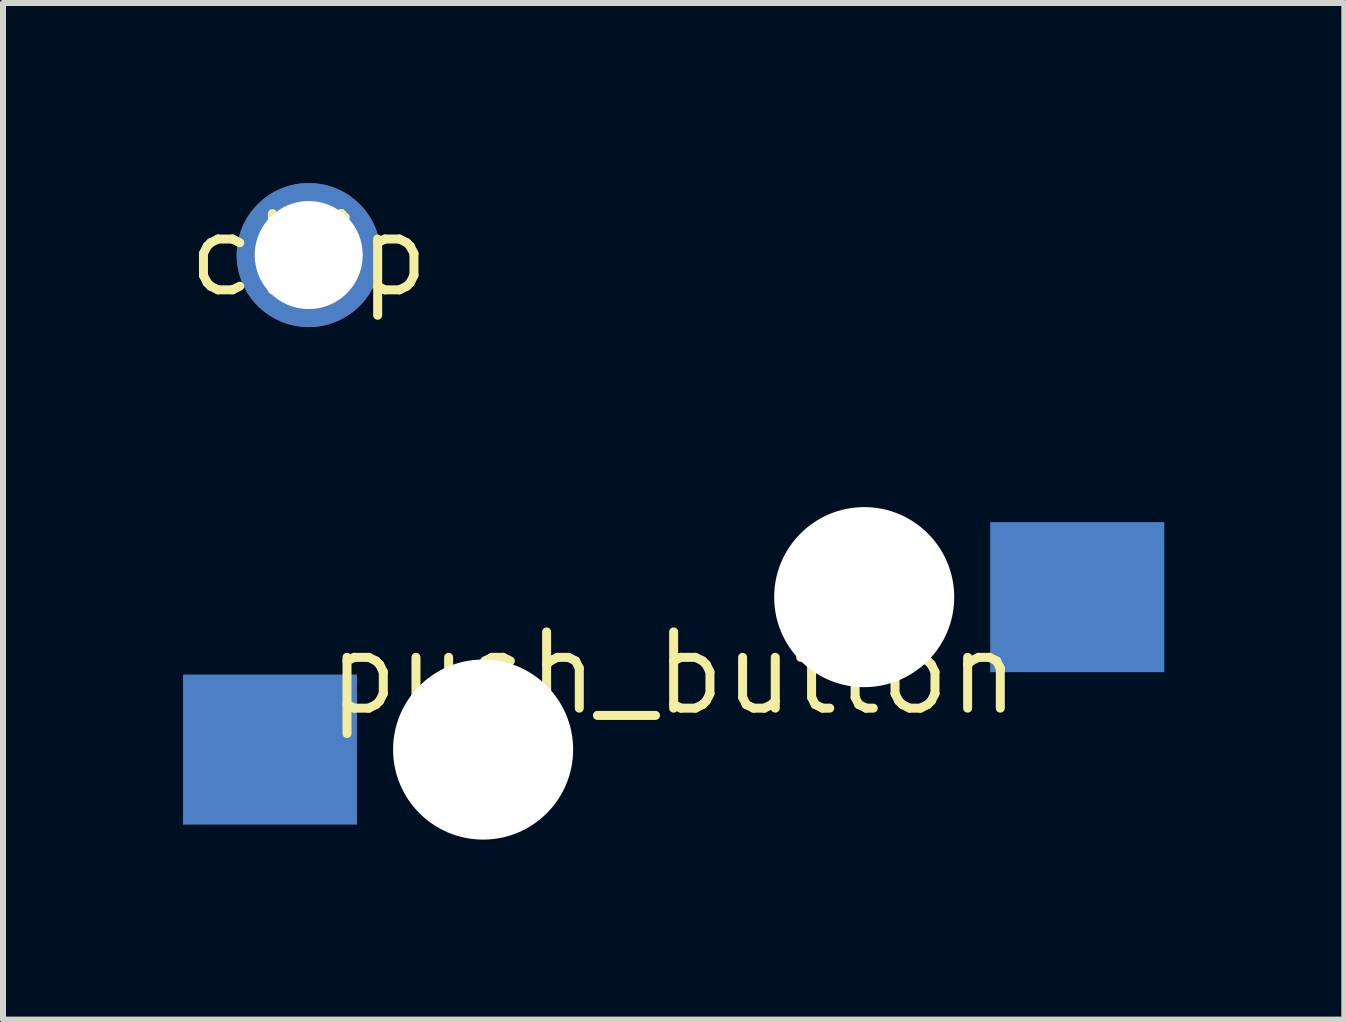
<source format=kicad_pcb>
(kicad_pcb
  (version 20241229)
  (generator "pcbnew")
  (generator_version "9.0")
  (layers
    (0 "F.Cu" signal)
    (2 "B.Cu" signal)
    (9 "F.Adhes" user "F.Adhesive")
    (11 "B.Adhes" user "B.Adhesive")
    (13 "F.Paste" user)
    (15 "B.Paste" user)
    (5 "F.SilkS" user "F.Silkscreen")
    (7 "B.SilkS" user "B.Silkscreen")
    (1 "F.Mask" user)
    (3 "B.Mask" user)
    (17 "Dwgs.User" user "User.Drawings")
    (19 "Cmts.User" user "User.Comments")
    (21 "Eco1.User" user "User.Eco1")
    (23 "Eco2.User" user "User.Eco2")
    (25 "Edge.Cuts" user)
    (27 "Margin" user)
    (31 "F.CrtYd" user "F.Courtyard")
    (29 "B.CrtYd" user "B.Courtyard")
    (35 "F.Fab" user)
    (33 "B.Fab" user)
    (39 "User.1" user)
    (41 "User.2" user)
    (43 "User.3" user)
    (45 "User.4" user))
  (footprint "chip"
    (layer "F.Cu")
    (at 2.094 1.2)
    (property "Reference" "chip" (at 0 0 0) (layer "F.SilkS") (effects (font (size 1.27 1.27) (thickness 0.15))))
    (attr through_hole)
    (pad "1" thru_hole circle (at 0 0) (size 2.4 2.4) (drill 1.8) (layers "*.Cu" "*.Mask")))
  (footprint "push_button"
    (layer "F.Cu")
    (at 8.175 8.17)
    (property "Reference" "push_button" (at 0 0 0) (layer "F.SilkS") (effects (font (size 1.27 1.27) (thickness 0.15))))
    (attr through_hole)
    (pad "" np_thru_hole circle (at -3.175 1.27) (size 3 3) (drill 3) (layers "*.Cu" "*.Mask"))
    (pad "" np_thru_hole circle (at 3.175 -1.27) (size 3 3) (drill 3) (layers "*.Cu" "*.Mask"))
    (pad "1" smd rect (at -6.725 1.27) (size 2.9 2.5) (layers "B.Cu" "B.Mask" "B.Paste"))
    (pad "2" smd rect (at 6.725 -1.27) (size 2.9 2.5) (layers "B.Cu" "B.Mask" "B.Paste")))
  (gr_rect
    (start -3 -3)
    (end 19.35 13.94)
    (stroke (width 0.1) (type default))
    (fill no)
    (layer "Edge.Cuts")))
</source>
